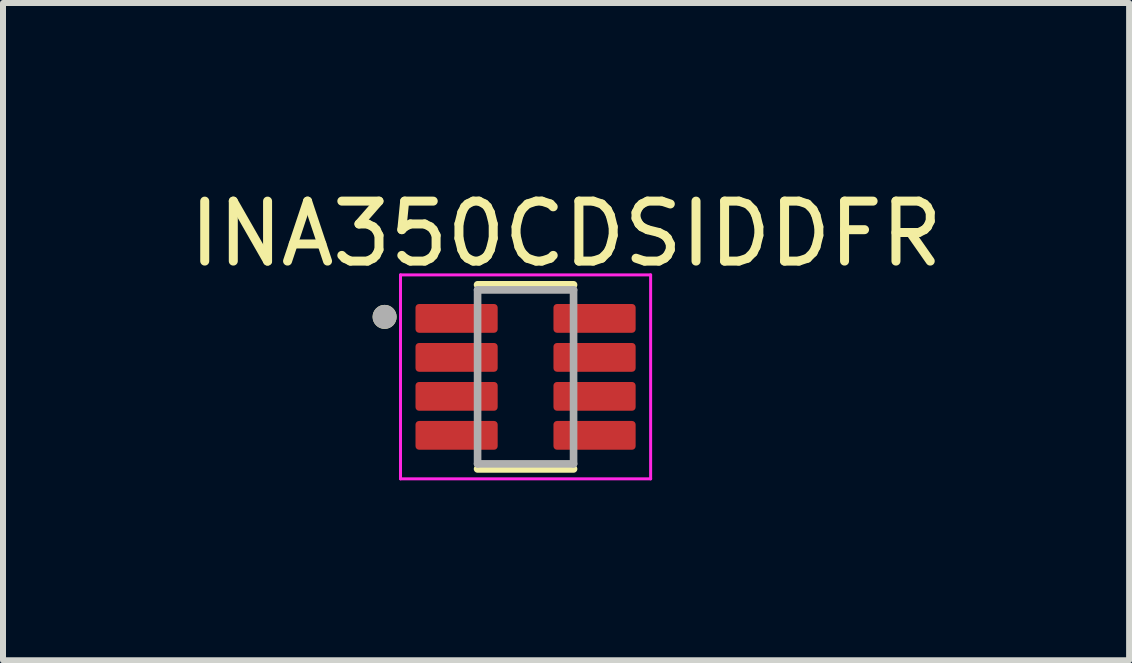
<source format=kicad_pcb>
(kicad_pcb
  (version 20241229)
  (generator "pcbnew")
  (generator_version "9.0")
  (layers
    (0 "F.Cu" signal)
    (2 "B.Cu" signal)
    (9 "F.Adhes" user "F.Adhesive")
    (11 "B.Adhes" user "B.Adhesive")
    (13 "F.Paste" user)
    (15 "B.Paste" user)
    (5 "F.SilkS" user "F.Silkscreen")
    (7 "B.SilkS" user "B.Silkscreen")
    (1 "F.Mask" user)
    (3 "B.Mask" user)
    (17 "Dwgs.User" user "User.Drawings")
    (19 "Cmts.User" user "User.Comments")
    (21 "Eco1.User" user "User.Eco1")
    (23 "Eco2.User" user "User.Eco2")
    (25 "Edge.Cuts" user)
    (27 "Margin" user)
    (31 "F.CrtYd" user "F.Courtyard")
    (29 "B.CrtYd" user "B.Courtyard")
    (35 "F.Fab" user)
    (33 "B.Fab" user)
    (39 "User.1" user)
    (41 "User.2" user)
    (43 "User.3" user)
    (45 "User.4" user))
  (footprint "INA350CDSIDDFR"
    (layer "F.Cu")
    (at 5.712 3.233)
    (property "Reference" "INA350CDSIDDFR" (at 0.675 -2.385 0) (layer "F.SilkS") (effects (font (size 1 1) (thickness 0.15))))
    (attr smd)
    (fp_poly (pts (xy -1.775 -1.265) (xy -0.525 -1.265) (xy -0.519 -1.265) (xy -0.514 -1.264) (xy -0.508 -1.264) (xy -0.502 -1.263) (xy -0.497 -1.261) (xy -0.491 -1.26) (xy -0.486 -1.258) (xy -0.48 -1.255) (xy -0.475 -1.253) (xy -0.47 -1.25) (xy -0.465 -1.247) (xy -0.46 -1.244) (xy -0.456 -1.24) (xy -0.451 -1.237) (xy -0.447 -1.233) (xy -0.443 -1.229) (xy -0.44 -1.224) (xy -0.436 -1.22) (xy -0.433 -1.215) (xy -0.43 -1.21) (xy -0.427 -1.205) (xy -0.425 -1.2) (xy -0.422 -1.194) (xy -0.42 -1.189) (xy -0.419 -1.183) (xy -0.417 -1.178) (xy -0.416 -1.172) (xy -0.416 -1.166) (xy -0.415 -1.161) (xy -0.415 -1.155) (xy -0.415 -0.795) (xy -0.415 -0.789) (xy -0.416 -0.784) (xy -0.416 -0.778) (xy -0.417 -0.772) (xy -0.419 -0.767) (xy -0.42 -0.761) (xy -0.422 -0.756) (xy -0.425 -0.75) (xy -0.427 -0.745) (xy -0.43 -0.74) (xy -0.433 -0.735) (xy -0.436 -0.73) (xy -0.44 -0.726) (xy -0.443 -0.721) (xy -0.447 -0.717) (xy -0.451 -0.713) (xy -0.456 -0.71) (xy -0.46 -0.706) (xy -0.465 -0.703) (xy -0.47 -0.7) (xy -0.475 -0.697) (xy -0.48 -0.695) (xy -0.486 -0.692) (xy -0.491 -0.69) (xy -0.497 -0.689) (xy -0.502 -0.687) (xy -0.508 -0.686) (xy -0.514 -0.686) (xy -0.519 -0.685) (xy -0.525 -0.685) (xy -1.775 -0.685) (xy -1.781 -0.685) (xy -1.786 -0.686) (xy -1.792 -0.686) (xy -1.798 -0.687) (xy -1.803 -0.689) (xy -1.809 -0.69) (xy -1.814 -0.692) (xy -1.82 -0.695) (xy -1.825 -0.697) (xy -1.83 -0.7) (xy -1.835 -0.703) (xy -1.84 -0.706) (xy -1.844 -0.71) (xy -1.849 -0.713) (xy -1.853 -0.717) (xy -1.857 -0.721) (xy -1.86 -0.726) (xy -1.864 -0.73) (xy -1.867 -0.735) (xy -1.87 -0.74) (xy -1.873 -0.745) (xy -1.875 -0.75) (xy -1.878 -0.756) (xy -1.88 -0.761) (xy -1.881 -0.767) (xy -1.883 -0.772) (xy -1.884 -0.778) (xy -1.884 -0.784) (xy -1.885 -0.789) (xy -1.885 -0.795) (xy -1.885 -1.155) (xy -1.885 -1.161) (xy -1.884 -1.166) (xy -1.884 -1.172) (xy -1.883 -1.178) (xy -1.881 -1.183) (xy -1.88 -1.189) (xy -1.878 -1.194) (xy -1.875 -1.2) (xy -1.873 -1.205) (xy -1.87 -1.21) (xy -1.867 -1.215) (xy -1.864 -1.22) (xy -1.86 -1.224) (xy -1.857 -1.229) (xy -1.853 -1.233) (xy -1.849 -1.237) (xy -1.844 -1.24) (xy -1.84 -1.244) (xy -1.835 -1.247) (xy -1.83 -1.25) (xy -1.825 -1.253) (xy -1.82 -1.255) (xy -1.814 -1.258) (xy -1.809 -1.26) (xy -1.803 -1.261) (xy -1.798 -1.263) (xy -1.792 -1.264) (xy -1.786 -1.264) (xy -1.781 -1.265) (xy -1.775 -1.265)) (stroke (width 0.01) (type solid)) (fill yes) (layer "F.Mask"))
    (fp_poly (pts (xy -1.775 -0.615) (xy -0.525 -0.615) (xy -0.519 -0.615) (xy -0.514 -0.614) (xy -0.508 -0.614) (xy -0.502 -0.613) (xy -0.497 -0.611) (xy -0.491 -0.61) (xy -0.486 -0.608) (xy -0.48 -0.605) (xy -0.475 -0.603) (xy -0.47 -0.6) (xy -0.465 -0.597) (xy -0.46 -0.594) (xy -0.456 -0.59) (xy -0.451 -0.587) (xy -0.447 -0.583) (xy -0.443 -0.579) (xy -0.44 -0.574) (xy -0.436 -0.57) (xy -0.433 -0.565) (xy -0.43 -0.56) (xy -0.427 -0.555) (xy -0.425 -0.55) (xy -0.422 -0.544) (xy -0.42 -0.539) (xy -0.419 -0.533) (xy -0.417 -0.528) (xy -0.416 -0.522) (xy -0.416 -0.516) (xy -0.415 -0.511) (xy -0.415 -0.505) (xy -0.415 -0.145) (xy -0.415 -0.139) (xy -0.416 -0.134) (xy -0.416 -0.128) (xy -0.417 -0.122) (xy -0.419 -0.117) (xy -0.42 -0.111) (xy -0.422 -0.106) (xy -0.425 -0.1) (xy -0.427 -0.095) (xy -0.43 -0.09) (xy -0.433 -0.085) (xy -0.436 -0.08) (xy -0.44 -0.076) (xy -0.443 -0.071) (xy -0.447 -0.067) (xy -0.451 -0.063) (xy -0.456 -0.06) (xy -0.46 -0.056) (xy -0.465 -0.053) (xy -0.47 -0.05) (xy -0.475 -0.047) (xy -0.48 -0.045) (xy -0.486 -0.042) (xy -0.491 -0.04) (xy -0.497 -0.039) (xy -0.502 -0.037) (xy -0.508 -0.036) (xy -0.514 -0.036) (xy -0.519 -0.035) (xy -0.525 -0.035) (xy -1.775 -0.035) (xy -1.781 -0.035) (xy -1.786 -0.036) (xy -1.792 -0.036) (xy -1.798 -0.037) (xy -1.803 -0.039) (xy -1.809 -0.04) (xy -1.814 -0.042) (xy -1.82 -0.045) (xy -1.825 -0.047) (xy -1.83 -0.05) (xy -1.835 -0.053) (xy -1.84 -0.056) (xy -1.844 -0.06) (xy -1.849 -0.063) (xy -1.853 -0.067) (xy -1.857 -0.071) (xy -1.86 -0.076) (xy -1.864 -0.08) (xy -1.867 -0.085) (xy -1.87 -0.09) (xy -1.873 -0.095) (xy -1.875 -0.1) (xy -1.878 -0.106) (xy -1.88 -0.111) (xy -1.881 -0.117) (xy -1.883 -0.122) (xy -1.884 -0.128) (xy -1.884 -0.134) (xy -1.885 -0.139) (xy -1.885 -0.145) (xy -1.885 -0.505) (xy -1.885 -0.511) (xy -1.884 -0.516) (xy -1.884 -0.522) (xy -1.883 -0.528) (xy -1.881 -0.533) (xy -1.88 -0.539) (xy -1.878 -0.544) (xy -1.875 -0.55) (xy -1.873 -0.555) (xy -1.87 -0.56) (xy -1.867 -0.565) (xy -1.864 -0.57) (xy -1.86 -0.574) (xy -1.857 -0.579) (xy -1.853 -0.583) (xy -1.849 -0.587) (xy -1.844 -0.59) (xy -1.84 -0.594) (xy -1.835 -0.597) (xy -1.83 -0.6) (xy -1.825 -0.603) (xy -1.82 -0.605) (xy -1.814 -0.608) (xy -1.809 -0.61) (xy -1.803 -0.611) (xy -1.798 -0.613) (xy -1.792 -0.614) (xy -1.786 -0.614) (xy -1.781 -0.615) (xy -1.775 -0.615)) (stroke (width 0.01) (type solid)) (fill yes) (layer "F.Mask"))
    (fp_poly (pts (xy -1.775 0.035) (xy -0.525 0.035) (xy -0.519 0.035) (xy -0.514 0.036) (xy -0.508 0.036) (xy -0.502 0.037) (xy -0.497 0.039) (xy -0.491 0.04) (xy -0.486 0.042) (xy -0.48 0.045) (xy -0.475 0.047) (xy -0.47 0.05) (xy -0.465 0.053) (xy -0.46 0.056) (xy -0.456 0.06) (xy -0.451 0.063) (xy -0.447 0.067) (xy -0.443 0.071) (xy -0.44 0.076) (xy -0.436 0.08) (xy -0.433 0.085) (xy -0.43 0.09) (xy -0.427 0.095) (xy -0.425 0.1) (xy -0.422 0.106) (xy -0.42 0.111) (xy -0.419 0.117) (xy -0.417 0.122) (xy -0.416 0.128) (xy -0.416 0.134) (xy -0.415 0.139) (xy -0.415 0.145) (xy -0.415 0.505) (xy -0.415 0.511) (xy -0.416 0.516) (xy -0.416 0.522) (xy -0.417 0.528) (xy -0.419 0.533) (xy -0.42 0.539) (xy -0.422 0.544) (xy -0.425 0.55) (xy -0.427 0.555) (xy -0.43 0.56) (xy -0.433 0.565) (xy -0.436 0.57) (xy -0.44 0.574) (xy -0.443 0.579) (xy -0.447 0.583) (xy -0.451 0.587) (xy -0.456 0.59) (xy -0.46 0.594) (xy -0.465 0.597) (xy -0.47 0.6) (xy -0.475 0.603) (xy -0.48 0.605) (xy -0.486 0.608) (xy -0.491 0.61) (xy -0.497 0.611) (xy -0.502 0.613) (xy -0.508 0.614) (xy -0.514 0.614) (xy -0.519 0.615) (xy -0.525 0.615) (xy -1.775 0.615) (xy -1.781 0.615) (xy -1.786 0.614) (xy -1.792 0.614) (xy -1.798 0.613) (xy -1.803 0.611) (xy -1.809 0.61) (xy -1.814 0.608) (xy -1.82 0.605) (xy -1.825 0.603) (xy -1.83 0.6) (xy -1.835 0.597) (xy -1.84 0.594) (xy -1.844 0.59) (xy -1.849 0.587) (xy -1.853 0.583) (xy -1.857 0.579) (xy -1.86 0.574) (xy -1.864 0.57) (xy -1.867 0.565) (xy -1.87 0.56) (xy -1.873 0.555) (xy -1.875 0.55) (xy -1.878 0.544) (xy -1.88 0.539) (xy -1.881 0.533) (xy -1.883 0.528) (xy -1.884 0.522) (xy -1.884 0.516) (xy -1.885 0.511) (xy -1.885 0.505) (xy -1.885 0.145) (xy -1.885 0.139) (xy -1.884 0.134) (xy -1.884 0.128) (xy -1.883 0.122) (xy -1.881 0.117) (xy -1.88 0.111) (xy -1.878 0.106) (xy -1.875 0.1) (xy -1.873 0.095) (xy -1.87 0.09) (xy -1.867 0.085) (xy -1.864 0.08) (xy -1.86 0.076) (xy -1.857 0.071) (xy -1.853 0.067) (xy -1.849 0.063) (xy -1.844 0.06) (xy -1.84 0.056) (xy -1.835 0.053) (xy -1.83 0.05) (xy -1.825 0.047) (xy -1.82 0.045) (xy -1.814 0.042) (xy -1.809 0.04) (xy -1.803 0.039) (xy -1.798 0.037) (xy -1.792 0.036) (xy -1.786 0.036) (xy -1.781 0.035) (xy -1.775 0.035)) (stroke (width 0.01) (type solid)) (fill yes) (layer "F.Mask"))
    (fp_poly (pts (xy -1.775 0.685) (xy -0.525 0.685) (xy -0.519 0.685) (xy -0.514 0.686) (xy -0.508 0.686) (xy -0.502 0.687) (xy -0.497 0.689) (xy -0.491 0.69) (xy -0.486 0.692) (xy -0.48 0.695) (xy -0.475 0.697) (xy -0.47 0.7) (xy -0.465 0.703) (xy -0.46 0.706) (xy -0.456 0.71) (xy -0.451 0.713) (xy -0.447 0.717) (xy -0.443 0.721) (xy -0.44 0.726) (xy -0.436 0.73) (xy -0.433 0.735) (xy -0.43 0.74) (xy -0.427 0.745) (xy -0.425 0.75) (xy -0.422 0.756) (xy -0.42 0.761) (xy -0.419 0.767) (xy -0.417 0.772) (xy -0.416 0.778) (xy -0.416 0.784) (xy -0.415 0.789) (xy -0.415 0.795) (xy -0.415 1.155) (xy -0.415 1.161) (xy -0.416 1.166) (xy -0.416 1.172) (xy -0.417 1.178) (xy -0.419 1.183) (xy -0.42 1.189) (xy -0.422 1.194) (xy -0.425 1.2) (xy -0.427 1.205) (xy -0.43 1.21) (xy -0.433 1.215) (xy -0.436 1.22) (xy -0.44 1.224) (xy -0.443 1.229) (xy -0.447 1.233) (xy -0.451 1.237) (xy -0.456 1.24) (xy -0.46 1.244) (xy -0.465 1.247) (xy -0.47 1.25) (xy -0.475 1.253) (xy -0.48 1.255) (xy -0.486 1.258) (xy -0.491 1.26) (xy -0.497 1.261) (xy -0.502 1.263) (xy -0.508 1.264) (xy -0.514 1.264) (xy -0.519 1.265) (xy -0.525 1.265) (xy -1.775 1.265) (xy -1.781 1.265) (xy -1.786 1.264) (xy -1.792 1.264) (xy -1.798 1.263) (xy -1.803 1.261) (xy -1.809 1.26) (xy -1.814 1.258) (xy -1.82 1.255) (xy -1.825 1.253) (xy -1.83 1.25) (xy -1.835 1.247) (xy -1.84 1.244) (xy -1.844 1.24) (xy -1.849 1.237) (xy -1.853 1.233) (xy -1.857 1.229) (xy -1.86 1.224) (xy -1.864 1.22) (xy -1.867 1.215) (xy -1.87 1.21) (xy -1.873 1.205) (xy -1.875 1.2) (xy -1.878 1.194) (xy -1.88 1.189) (xy -1.881 1.183) (xy -1.883 1.178) (xy -1.884 1.172) (xy -1.884 1.166) (xy -1.885 1.161) (xy -1.885 1.155) (xy -1.885 0.795) (xy -1.885 0.789) (xy -1.884 0.784) (xy -1.884 0.778) (xy -1.883 0.772) (xy -1.881 0.767) (xy -1.88 0.761) (xy -1.878 0.756) (xy -1.875 0.75) (xy -1.873 0.745) (xy -1.87 0.74) (xy -1.867 0.735) (xy -1.864 0.73) (xy -1.86 0.726) (xy -1.857 0.721) (xy -1.853 0.717) (xy -1.849 0.713) (xy -1.844 0.71) (xy -1.84 0.706) (xy -1.835 0.703) (xy -1.83 0.7) (xy -1.825 0.697) (xy -1.82 0.695) (xy -1.814 0.692) (xy -1.809 0.69) (xy -1.803 0.689) (xy -1.798 0.687) (xy -1.792 0.686) (xy -1.786 0.686) (xy -1.781 0.685) (xy -1.775 0.685)) (stroke (width 0.01) (type solid)) (fill yes) (layer "F.Mask"))
    (fp_poly (pts (xy 1.775 -0.685) (xy 0.525 -0.685) (xy 0.519 -0.685) (xy 0.514 -0.686) (xy 0.508 -0.686) (xy 0.502 -0.687) (xy 0.497 -0.689) (xy 0.491 -0.69) (xy 0.486 -0.692) (xy 0.48 -0.695) (xy 0.475 -0.697) (xy 0.47 -0.7) (xy 0.465 -0.703) (xy 0.46 -0.706) (xy 0.456 -0.71) (xy 0.451 -0.713) (xy 0.447 -0.717) (xy 0.443 -0.721) (xy 0.44 -0.726) (xy 0.436 -0.73) (xy 0.433 -0.735) (xy 0.43 -0.74) (xy 0.427 -0.745) (xy 0.425 -0.75) (xy 0.422 -0.756) (xy 0.42 -0.761) (xy 0.419 -0.767) (xy 0.417 -0.772) (xy 0.416 -0.778) (xy 0.416 -0.784) (xy 0.415 -0.789) (xy 0.415 -0.795) (xy 0.415 -1.155) (xy 0.415 -1.161) (xy 0.416 -1.166) (xy 0.416 -1.172) (xy 0.417 -1.178) (xy 0.419 -1.183) (xy 0.42 -1.189) (xy 0.422 -1.194) (xy 0.425 -1.2) (xy 0.427 -1.205) (xy 0.43 -1.21) (xy 0.433 -1.215) (xy 0.436 -1.22) (xy 0.44 -1.224) (xy 0.443 -1.229) (xy 0.447 -1.233) (xy 0.451 -1.237) (xy 0.456 -1.24) (xy 0.46 -1.244) (xy 0.465 -1.247) (xy 0.47 -1.25) (xy 0.475 -1.253) (xy 0.48 -1.255) (xy 0.486 -1.258) (xy 0.491 -1.26) (xy 0.497 -1.261) (xy 0.502 -1.263) (xy 0.508 -1.264) (xy 0.514 -1.264) (xy 0.519 -1.265) (xy 0.525 -1.265) (xy 1.775 -1.265) (xy 1.781 -1.265) (xy 1.786 -1.264) (xy 1.792 -1.264) (xy 1.798 -1.263) (xy 1.803 -1.261) (xy 1.809 -1.26) (xy 1.814 -1.258) (xy 1.82 -1.255) (xy 1.825 -1.253) (xy 1.83 -1.25) (xy 1.835 -1.247) (xy 1.84 -1.244) (xy 1.844 -1.24) (xy 1.849 -1.237) (xy 1.853 -1.233) (xy 1.857 -1.229) (xy 1.86 -1.224) (xy 1.864 -1.22) (xy 1.867 -1.215) (xy 1.87 -1.21) (xy 1.873 -1.205) (xy 1.875 -1.2) (xy 1.878 -1.194) (xy 1.88 -1.189) (xy 1.881 -1.183) (xy 1.883 -1.178) (xy 1.884 -1.172) (xy 1.884 -1.166) (xy 1.885 -1.161) (xy 1.885 -1.155) (xy 1.885 -0.795) (xy 1.885 -0.789) (xy 1.884 -0.784) (xy 1.884 -0.778) (xy 1.883 -0.772) (xy 1.881 -0.767) (xy 1.88 -0.761) (xy 1.878 -0.756) (xy 1.875 -0.75) (xy 1.873 -0.745) (xy 1.87 -0.74) (xy 1.867 -0.735) (xy 1.864 -0.73) (xy 1.86 -0.726) (xy 1.857 -0.721) (xy 1.853 -0.717) (xy 1.849 -0.713) (xy 1.844 -0.71) (xy 1.84 -0.706) (xy 1.835 -0.703) (xy 1.83 -0.7) (xy 1.825 -0.697) (xy 1.82 -0.695) (xy 1.814 -0.692) (xy 1.809 -0.69) (xy 1.803 -0.689) (xy 1.798 -0.687) (xy 1.792 -0.686) (xy 1.786 -0.686) (xy 1.781 -0.685) (xy 1.775 -0.685)) (stroke (width 0.01) (type solid)) (fill yes) (layer "F.Mask"))
    (fp_poly (pts (xy 1.775 -0.035) (xy 0.525 -0.035) (xy 0.519 -0.035) (xy 0.514 -0.036) (xy 0.508 -0.036) (xy 0.502 -0.037) (xy 0.497 -0.039) (xy 0.491 -0.04) (xy 0.486 -0.042) (xy 0.48 -0.045) (xy 0.475 -0.047) (xy 0.47 -0.05) (xy 0.465 -0.053) (xy 0.46 -0.056) (xy 0.456 -0.06) (xy 0.451 -0.063) (xy 0.447 -0.067) (xy 0.443 -0.071) (xy 0.44 -0.076) (xy 0.436 -0.08) (xy 0.433 -0.085) (xy 0.43 -0.09) (xy 0.427 -0.095) (xy 0.425 -0.1) (xy 0.422 -0.106) (xy 0.42 -0.111) (xy 0.419 -0.117) (xy 0.417 -0.122) (xy 0.416 -0.128) (xy 0.416 -0.134) (xy 0.415 -0.139) (xy 0.415 -0.145) (xy 0.415 -0.505) (xy 0.415 -0.511) (xy 0.416 -0.516) (xy 0.416 -0.522) (xy 0.417 -0.528) (xy 0.419 -0.533) (xy 0.42 -0.539) (xy 0.422 -0.544) (xy 0.425 -0.55) (xy 0.427 -0.555) (xy 0.43 -0.56) (xy 0.433 -0.565) (xy 0.436 -0.57) (xy 0.44 -0.574) (xy 0.443 -0.579) (xy 0.447 -0.583) (xy 0.451 -0.587) (xy 0.456 -0.59) (xy 0.46 -0.594) (xy 0.465 -0.597) (xy 0.47 -0.6) (xy 0.475 -0.603) (xy 0.48 -0.605) (xy 0.486 -0.608) (xy 0.491 -0.61) (xy 0.497 -0.611) (xy 0.502 -0.613) (xy 0.508 -0.614) (xy 0.514 -0.614) (xy 0.519 -0.615) (xy 0.525 -0.615) (xy 1.775 -0.615) (xy 1.781 -0.615) (xy 1.786 -0.614) (xy 1.792 -0.614) (xy 1.798 -0.613) (xy 1.803 -0.611) (xy 1.809 -0.61) (xy 1.814 -0.608) (xy 1.82 -0.605) (xy 1.825 -0.603) (xy 1.83 -0.6) (xy 1.835 -0.597) (xy 1.84 -0.594) (xy 1.844 -0.59) (xy 1.849 -0.587) (xy 1.853 -0.583) (xy 1.857 -0.579) (xy 1.86 -0.574) (xy 1.864 -0.57) (xy 1.867 -0.565) (xy 1.87 -0.56) (xy 1.873 -0.555) (xy 1.875 -0.55) (xy 1.878 -0.544) (xy 1.88 -0.539) (xy 1.881 -0.533) (xy 1.883 -0.528) (xy 1.884 -0.522) (xy 1.884 -0.516) (xy 1.885 -0.511) (xy 1.885 -0.505) (xy 1.885 -0.145) (xy 1.885 -0.139) (xy 1.884 -0.134) (xy 1.884 -0.128) (xy 1.883 -0.122) (xy 1.881 -0.117) (xy 1.88 -0.111) (xy 1.878 -0.106) (xy 1.875 -0.1) (xy 1.873 -0.095) (xy 1.87 -0.09) (xy 1.867 -0.085) (xy 1.864 -0.08) (xy 1.86 -0.076) (xy 1.857 -0.071) (xy 1.853 -0.067) (xy 1.849 -0.063) (xy 1.844 -0.06) (xy 1.84 -0.056) (xy 1.835 -0.053) (xy 1.83 -0.05) (xy 1.825 -0.047) (xy 1.82 -0.045) (xy 1.814 -0.042) (xy 1.809 -0.04) (xy 1.803 -0.039) (xy 1.798 -0.037) (xy 1.792 -0.036) (xy 1.786 -0.036) (xy 1.781 -0.035) (xy 1.775 -0.035)) (stroke (width 0.01) (type solid)) (fill yes) (layer "F.Mask"))
    (fp_poly (pts (xy 1.775 0.615) (xy 0.525 0.615) (xy 0.519 0.615) (xy 0.514 0.614) (xy 0.508 0.614) (xy 0.502 0.613) (xy 0.497 0.611) (xy 0.491 0.61) (xy 0.486 0.608) (xy 0.48 0.605) (xy 0.475 0.603) (xy 0.47 0.6) (xy 0.465 0.597) (xy 0.46 0.594) (xy 0.456 0.59) (xy 0.451 0.587) (xy 0.447 0.583) (xy 0.443 0.579) (xy 0.44 0.574) (xy 0.436 0.57) (xy 0.433 0.565) (xy 0.43 0.56) (xy 0.427 0.555) (xy 0.425 0.55) (xy 0.422 0.544) (xy 0.42 0.539) (xy 0.419 0.533) (xy 0.417 0.528) (xy 0.416 0.522) (xy 0.416 0.516) (xy 0.415 0.511) (xy 0.415 0.505) (xy 0.415 0.145) (xy 0.415 0.139) (xy 0.416 0.134) (xy 0.416 0.128) (xy 0.417 0.122) (xy 0.419 0.117) (xy 0.42 0.111) (xy 0.422 0.106) (xy 0.425 0.1) (xy 0.427 0.095) (xy 0.43 0.09) (xy 0.433 0.085) (xy 0.436 0.08) (xy 0.44 0.076) (xy 0.443 0.071) (xy 0.447 0.067) (xy 0.451 0.063) (xy 0.456 0.06) (xy 0.46 0.056) (xy 0.465 0.053) (xy 0.47 0.05) (xy 0.475 0.047) (xy 0.48 0.045) (xy 0.486 0.042) (xy 0.491 0.04) (xy 0.497 0.039) (xy 0.502 0.037) (xy 0.508 0.036) (xy 0.514 0.036) (xy 0.519 0.035) (xy 0.525 0.035) (xy 1.775 0.035) (xy 1.781 0.035) (xy 1.786 0.036) (xy 1.792 0.036) (xy 1.798 0.037) (xy 1.803 0.039) (xy 1.809 0.04) (xy 1.814 0.042) (xy 1.82 0.045) (xy 1.825 0.047) (xy 1.83 0.05) (xy 1.835 0.053) (xy 1.84 0.056) (xy 1.844 0.06) (xy 1.849 0.063) (xy 1.853 0.067) (xy 1.857 0.071) (xy 1.86 0.076) (xy 1.864 0.08) (xy 1.867 0.085) (xy 1.87 0.09) (xy 1.873 0.095) (xy 1.875 0.1) (xy 1.878 0.106) (xy 1.88 0.111) (xy 1.881 0.117) (xy 1.883 0.122) (xy 1.884 0.128) (xy 1.884 0.134) (xy 1.885 0.139) (xy 1.885 0.145) (xy 1.885 0.505) (xy 1.885 0.511) (xy 1.884 0.516) (xy 1.884 0.522) (xy 1.883 0.528) (xy 1.881 0.533) (xy 1.88 0.539) (xy 1.878 0.544) (xy 1.875 0.55) (xy 1.873 0.555) (xy 1.87 0.56) (xy 1.867 0.565) (xy 1.864 0.57) (xy 1.86 0.574) (xy 1.857 0.579) (xy 1.853 0.583) (xy 1.849 0.587) (xy 1.844 0.59) (xy 1.84 0.594) (xy 1.835 0.597) (xy 1.83 0.6) (xy 1.825 0.603) (xy 1.82 0.605) (xy 1.814 0.608) (xy 1.809 0.61) (xy 1.803 0.611) (xy 1.798 0.613) (xy 1.792 0.614) (xy 1.786 0.614) (xy 1.781 0.615) (xy 1.775 0.615)) (stroke (width 0.01) (type solid)) (fill yes) (layer "F.Mask"))
    (fp_poly (pts (xy 1.775 1.265) (xy 0.525 1.265) (xy 0.519 1.265) (xy 0.514 1.264) (xy 0.508 1.264) (xy 0.502 1.263) (xy 0.497 1.261) (xy 0.491 1.26) (xy 0.486 1.258) (xy 0.48 1.255) (xy 0.475 1.253) (xy 0.47 1.25) (xy 0.465 1.247) (xy 0.46 1.244) (xy 0.456 1.24) (xy 0.451 1.237) (xy 0.447 1.233) (xy 0.443 1.229) (xy 0.44 1.224) (xy 0.436 1.22) (xy 0.433 1.215) (xy 0.43 1.21) (xy 0.427 1.205) (xy 0.425 1.2) (xy 0.422 1.194) (xy 0.42 1.189) (xy 0.419 1.183) (xy 0.417 1.178) (xy 0.416 1.172) (xy 0.416 1.166) (xy 0.415 1.161) (xy 0.415 1.155) (xy 0.415 0.795) (xy 0.415 0.789) (xy 0.416 0.784) (xy 0.416 0.778) (xy 0.417 0.772) (xy 0.419 0.767) (xy 0.42 0.761) (xy 0.422 0.756) (xy 0.425 0.75) (xy 0.427 0.745) (xy 0.43 0.74) (xy 0.433 0.735) (xy 0.436 0.73) (xy 0.44 0.726) (xy 0.443 0.721) (xy 0.447 0.717) (xy 0.451 0.713) (xy 0.456 0.71) (xy 0.46 0.706) (xy 0.465 0.703) (xy 0.47 0.7) (xy 0.475 0.697) (xy 0.48 0.695) (xy 0.486 0.692) (xy 0.491 0.69) (xy 0.497 0.689) (xy 0.502 0.687) (xy 0.508 0.686) (xy 0.514 0.686) (xy 0.519 0.685) (xy 0.525 0.685) (xy 1.775 0.685) (xy 1.781 0.685) (xy 1.786 0.686) (xy 1.792 0.686) (xy 1.798 0.687) (xy 1.803 0.689) (xy 1.809 0.69) (xy 1.814 0.692) (xy 1.82 0.695) (xy 1.825 0.697) (xy 1.83 0.7) (xy 1.835 0.703) (xy 1.84 0.706) (xy 1.844 0.71) (xy 1.849 0.713) (xy 1.853 0.717) (xy 1.857 0.721) (xy 1.86 0.726) (xy 1.864 0.73) (xy 1.867 0.735) (xy 1.87 0.74) (xy 1.873 0.745) (xy 1.875 0.75) (xy 1.878 0.756) (xy 1.88 0.761) (xy 1.881 0.767) (xy 1.883 0.772) (xy 1.884 0.778) (xy 1.884 0.784) (xy 1.885 0.789) (xy 1.885 0.795) (xy 1.885 1.155) (xy 1.885 1.161) (xy 1.884 1.166) (xy 1.884 1.172) (xy 1.883 1.178) (xy 1.881 1.183) (xy 1.88 1.189) (xy 1.878 1.194) (xy 1.875 1.2) (xy 1.873 1.205) (xy 1.87 1.21) (xy 1.867 1.215) (xy 1.864 1.22) (xy 1.86 1.224) (xy 1.857 1.229) (xy 1.853 1.233) (xy 1.849 1.237) (xy 1.844 1.24) (xy 1.84 1.244) (xy 1.835 1.247) (xy 1.83 1.25) (xy 1.825 1.253) (xy 1.82 1.255) (xy 1.814 1.258) (xy 1.809 1.26) (xy 1.803 1.261) (xy 1.798 1.263) (xy 1.792 1.264) (xy 1.786 1.264) (xy 1.781 1.265) (xy 1.775 1.265)) (stroke (width 0.01) (type solid)) (fill yes) (layer "F.Mask"))
    (fp_line (start -0.8 1.535) (end 0.8 1.535) (stroke (width 0.127) (type solid)) (layer "F.SilkS"))
    (fp_line (start 0.8 -1.535) (end -0.8 -1.535) (stroke (width 0.127) (type solid)) (layer "F.SilkS"))
    (fp_circle (center -2.35 -1) (end -2.25 -1) (stroke (width 0.2) (type solid)) (fill no) (layer "F.SilkS"))
    (fp_line (start -2.085 -1.7) (end 2.085 -1.7) (stroke (width 0.05) (type solid)) (layer "F.CrtYd"))
    (fp_line (start -2.085 1.7) (end -2.085 -1.7) (stroke (width 0.05) (type solid)) (layer "F.CrtYd"))
    (fp_line (start 2.085 -1.7) (end 2.085 1.7) (stroke (width 0.05) (type solid)) (layer "F.CrtYd"))
    (fp_line (start 2.085 1.7) (end -2.085 1.7) (stroke (width 0.05) (type solid)) (layer "F.CrtYd"))
    (fp_line (start -0.8 -1.45) (end -0.8 1.45) (stroke (width 0.127) (type solid)) (layer "F.Fab"))
    (fp_line (start -0.8 1.45) (end 0.8 1.45) (stroke (width 0.127) (type solid)) (layer "F.Fab"))
    (fp_line (start 0.8 -1.45) (end -0.8 -1.45) (stroke (width 0.127) (type solid)) (layer "F.Fab"))
    (fp_line (start 0.8 1.45) (end 0.8 -1.45) (stroke (width 0.127) (type solid)) (layer "F.Fab"))
    (fp_circle (center -2.35 -1) (end -2.25 -1) (stroke (width 0.2) (type solid)) (fill no) (layer "F.Fab"))
    (pad "1" smd roundrect (at -1.15 -0.975) (size 1.37 0.48) (layers "F.Cu" "F.Paste") (roundrect_rratio 0.125))
    (pad "2" smd roundrect (at -1.15 -0.325) (size 1.37 0.48) (layers "F.Cu" "F.Paste") (roundrect_rratio 0.125))
    (pad "3" smd roundrect (at -1.15 0.325) (size 1.37 0.48) (layers "F.Cu" "F.Paste") (roundrect_rratio 0.125))
    (pad "4" smd roundrect (at -1.15 0.975) (size 1.37 0.48) (layers "F.Cu" "F.Paste") (roundrect_rratio 0.125))
    (pad "5" smd roundrect (at 1.15 0.975) (size 1.37 0.48) (layers "F.Cu" "F.Paste") (roundrect_rratio 0.125))
    (pad "6" smd roundrect (at 1.15 0.325) (size 1.37 0.48) (layers "F.Cu" "F.Paste") (roundrect_rratio 0.125))
    (pad "7" smd roundrect (at 1.15 -0.325) (size 1.37 0.48) (layers "F.Cu" "F.Paste") (roundrect_rratio 0.125))
    (pad "8" smd roundrect (at 1.15 -0.975) (size 1.37 0.48) (layers "F.Cu" "F.Paste") (roundrect_rratio 0.125)))
  (gr_rect
    (start -3 -3)
    (end 15.774 7.958)
    (stroke (width 0.1) (type default))
    (fill no)
    (layer "Edge.Cuts")))
</source>
